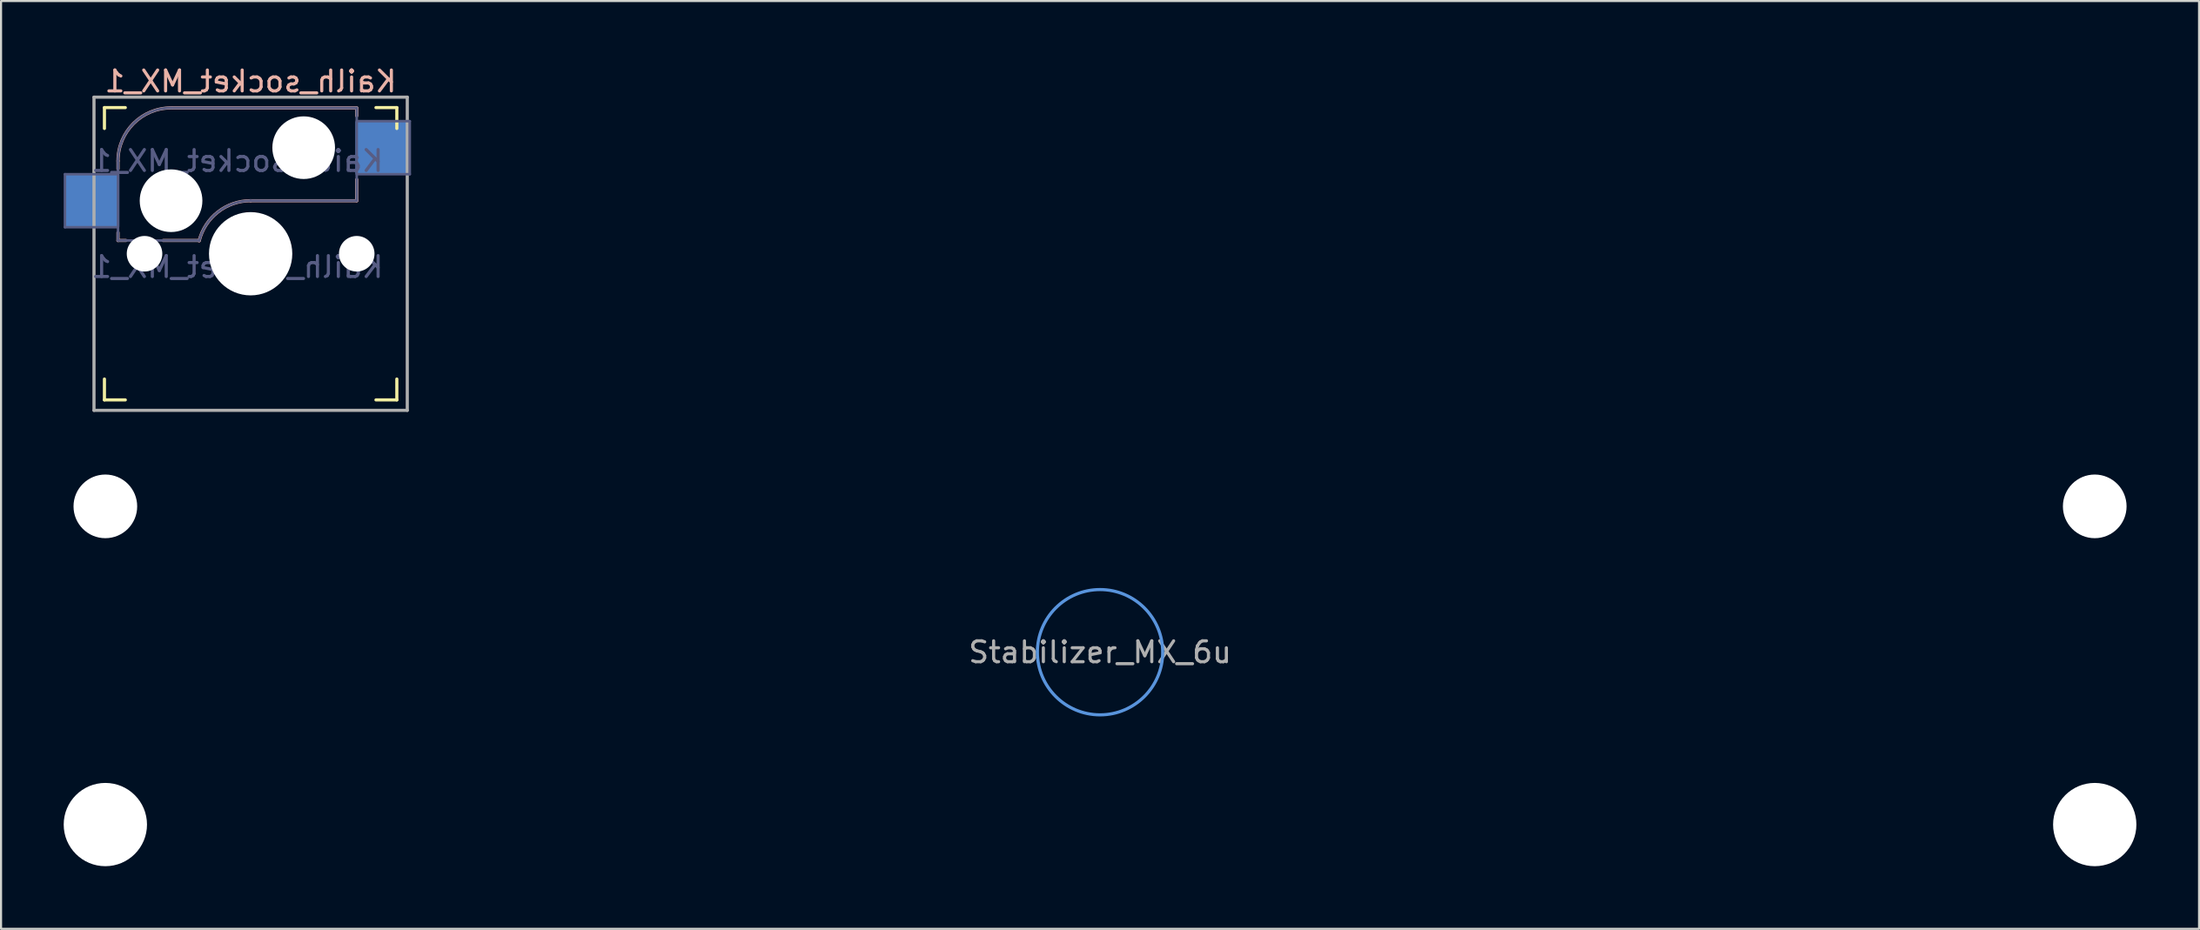
<source format=kicad_pcb>
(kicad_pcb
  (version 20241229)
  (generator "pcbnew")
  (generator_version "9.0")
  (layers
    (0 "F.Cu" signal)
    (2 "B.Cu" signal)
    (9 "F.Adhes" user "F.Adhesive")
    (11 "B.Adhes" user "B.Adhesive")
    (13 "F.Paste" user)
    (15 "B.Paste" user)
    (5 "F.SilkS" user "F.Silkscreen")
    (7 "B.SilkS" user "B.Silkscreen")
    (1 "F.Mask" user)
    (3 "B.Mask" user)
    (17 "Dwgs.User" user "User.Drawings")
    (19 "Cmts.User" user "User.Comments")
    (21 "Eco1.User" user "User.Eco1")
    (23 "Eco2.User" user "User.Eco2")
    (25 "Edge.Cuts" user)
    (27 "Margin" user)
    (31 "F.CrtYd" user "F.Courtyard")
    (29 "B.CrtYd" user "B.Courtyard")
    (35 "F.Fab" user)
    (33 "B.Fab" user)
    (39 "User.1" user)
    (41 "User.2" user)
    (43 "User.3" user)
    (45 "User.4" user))
  (footprint "Stabilizer_MX_6u"
    (layer "F.Cu")
    (at 49.619 28.187)
    (property "Reference" "Stabilizer_MX_6u" (at 0 0 0) (layer "F.Fab") (effects (font (size 1 1) (thickness 0.15))))
    (attr through_hole)
    (fp_circle (center 0 0) (end 3 0) (stroke (width 0.15) (type solid)) (fill no) (layer "Cmts.User"))
    (pad "" np_thru_hole circle (at -47.625 -6.985) (size 3.048 3.048) (drill 3.048) (layers "*.Cu" "*.Mask"))
    (pad "" np_thru_hole circle (at -47.625 8.255) (size 3.988 3.988) (drill 3.988) (layers "*.Cu" "*.Mask"))
    (pad "" np_thru_hole circle (at 47.625 -6.985) (size 3.048 3.048) (drill 3.048) (layers "*.Cu" "*.Mask"))
    (pad "" np_thru_hole circle (at 47.625 8.255) (size 3.988 3.988) (drill 3.988) (layers "*.Cu" "*.Mask")))
  (footprint "Kailh_socket_MX_1"
    (layer "F.Cu")
    (at 8.95 9.103)
    (property "Reference" "Kailh_socket_MX_1" (at 0 -8.255 0) (layer "B.SilkS") (effects (font (size 1 1) (thickness 0.15)) (justify mirror)))
    (property "Value" "Kailh_socket_MX_1" (at 0 8.255 0) (layer "F.Fab") (hide yes) (effects (font (size 1 1) (thickness 0.15))))
    (attr smd)
    (fp_line (start -7 -6) (end -7 -7) (stroke (width 0.15) (type solid)) (layer "F.SilkS"))
    (fp_line (start -7 7) (end -7 6) (stroke (width 0.15) (type solid)) (layer "F.SilkS"))
    (fp_line (start -7 7) (end -6 7) (stroke (width 0.15) (type solid)) (layer "F.SilkS"))
    (fp_line (start -6 -7) (end -7 -7) (stroke (width 0.15) (type solid)) (layer "F.SilkS"))
    (fp_line (start 6 7) (end 7 7) (stroke (width 0.15) (type solid)) (layer "F.SilkS"))
    (fp_line (start 7 -7) (end 6 -7) (stroke (width 0.15) (type solid)) (layer "F.SilkS"))
    (fp_line (start 7 -7) (end 7 -6) (stroke (width 0.15) (type solid)) (layer "F.SilkS"))
    (fp_line (start 7 6) (end 7 7) (stroke (width 0.15) (type solid)) (layer "F.SilkS"))
    (fp_line (start -6.35 -4.445) (end -6.35 -4.064) (stroke (width 0.15) (type solid)) (layer "B.SilkS"))
    (fp_line (start -6.35 -1.016) (end -6.35 -0.635) (stroke (width 0.15) (type solid)) (layer "B.SilkS"))
    (fp_line (start -5.969 -0.635) (end -6.35 -0.635) (stroke (width 0.15) (type solid)) (layer "B.SilkS"))
    (fp_line (start -3.81 -6.985) (end 5.08 -6.985) (stroke (width 0.15) (type solid)) (layer "B.SilkS"))
    (fp_line (start -2.464 -0.635) (end -4.191 -0.635) (stroke (width 0.15) (type solid)) (layer "B.SilkS"))
    (fp_line (start 5.08 -6.985) (end 5.08 -6.604) (stroke (width 0.15) (type solid)) (layer "B.SilkS"))
    (fp_line (start 5.08 -3.556) (end 5.08 -2.54) (stroke (width 0.15) (type solid)) (layer "B.SilkS"))
    (fp_line (start 5.08 -2.54) (end 0 -2.54) (stroke (width 0.15) (type solid)) (layer "B.SilkS"))
    (fp_arc (start -6.35 -4.445) (mid -5.606051 -6.241051) (end -3.81 -6.985) (stroke (width 0.15) (type solid)) (layer "B.SilkS"))
    (fp_arc (start -2.464162 -0.61604) (mid -1.563147 -2.002042) (end 0 -2.54) (stroke (width 0.15) (type solid)) (layer "B.SilkS"))
    (fp_line (start -6.9 6.9) (end -6.9 -6.9) (stroke (width 0.15) (type solid)) (layer "Eco2.User"))
    (fp_line (start -6.9 6.9) (end 6.9 6.9) (stroke (width 0.15) (type solid)) (layer "Eco2.User"))
    (fp_line (start 6.9 -6.9) (end -6.9 -6.9) (stroke (width 0.15) (type solid)) (layer "Eco2.User"))
    (fp_line (start 6.9 -6.9) (end 6.9 6.9) (stroke (width 0.15) (type solid)) (layer "Eco2.User"))
    (fp_line (start -8.89 -3.81) (end -6.35 -3.81) (stroke (width 0.12) (type solid)) (layer "B.Fab"))
    (fp_line (start -8.89 -1.27) (end -8.89 -3.81) (stroke (width 0.12) (type solid)) (layer "B.Fab"))
    (fp_line (start -6.35 -1.27) (end -8.89 -1.27) (stroke (width 0.12) (type solid)) (layer "B.Fab"))
    (fp_line (start -6.35 -0.635) (end -6.35 -4.445) (stroke (width 0.12) (type solid)) (layer "B.Fab"))
    (fp_line (start -6.35 -0.635) (end -2.54 -0.635) (stroke (width 0.12) (type solid)) (layer "B.Fab"))
    (fp_line (start -3.81 -6.985) (end 5.08 -6.985) (stroke (width 0.12) (type solid)) (layer "B.Fab"))
    (fp_line (start 5.08 -6.985) (end 5.08 -2.54) (stroke (width 0.12) (type solid)) (layer "B.Fab"))
    (fp_line (start 5.08 -6.35) (end 7.62 -6.35) (stroke (width 0.12) (type solid)) (layer "B.Fab"))
    (fp_line (start 5.08 -2.54) (end 0 -2.54) (stroke (width 0.12) (type solid)) (layer "B.Fab"))
    (fp_line (start 7.62 -6.35) (end 7.62 -3.81) (stroke (width 0.12) (type solid)) (layer "B.Fab"))
    (fp_line (start 7.62 -3.81) (end 5.08 -3.81) (stroke (width 0.12) (type solid)) (layer "B.Fab"))
    (fp_arc (start -6.35 -4.445) (mid -5.606051 -6.241051) (end -3.81 -6.985) (stroke (width 0.12) (type solid)) (layer "B.Fab"))
    (fp_arc (start -2.464162 -0.61604) (mid -1.563147 -2.002042) (end 0 -2.54) (stroke (width 0.12) (type solid)) (layer "B.Fab"))
    (fp_line (start -7.5 -7.5) (end 7.5 -7.5) (stroke (width 0.15) (type solid)) (layer "F.Fab"))
    (fp_line (start -7.5 7.5) (end -7.5 -7.5) (stroke (width 0.15) (type solid)) (layer "F.Fab"))
    (fp_line (start 7.5 -7.5) (end 7.5 7.5) (stroke (width 0.15) (type solid)) (layer "F.Fab"))
    (fp_line (start 7.5 7.5) (end -7.5 7.5) (stroke (width 0.15) (type solid)) (layer "F.Fab"))
    (fp_text user "${REFERENCE}" (at -0.635 -4.445 0) (layer "B.Fab") (effects (font (size 1 1) (thickness 0.15)) (justify mirror)))
    (fp_text user "${VALUE}" (at -0.635 0.635 0) (layer "B.Fab") (effects (font (size 1 1) (thickness 0.15)) (justify mirror)))
    (pad "" np_thru_hole circle (at -5.08 0) (size 1.702 1.702) (drill 1.702) (layers "*.Cu" "*.Mask"))
    (pad "" np_thru_hole circle (at -3.81 -2.54) (size 3 3) (drill 3) (layers "*.Cu" "*.Mask"))
    (pad "" np_thru_hole circle (at 0 0) (size 3.988 3.988) (drill 3.988) (layers "*.Cu" "*.Mask"))
    (pad "" np_thru_hole circle (at 2.54 -5.08) (size 3 3) (drill 3) (layers "*.Cu" "*.Mask"))
    (pad "" np_thru_hole circle (at 5.08 0) (size 1.702 1.702) (drill 1.702) (layers "*.Cu" "*.Mask"))
    (pad "1" smd rect (at 6.29 -5.08) (size 2.55 2.5) (layers "B.Cu" "B.Mask" "B.Paste"))
    (pad "2" smd rect (at -7.56 -2.54) (size 2.55 2.5) (layers "B.Cu" "B.Mask" "B.Paste")))
  (gr_rect
    (start -3 -3)
    (end 102.238 41.436)
    (stroke (width 0.1) (type default))
    (fill no)
    (layer "Edge.Cuts")))
</source>
